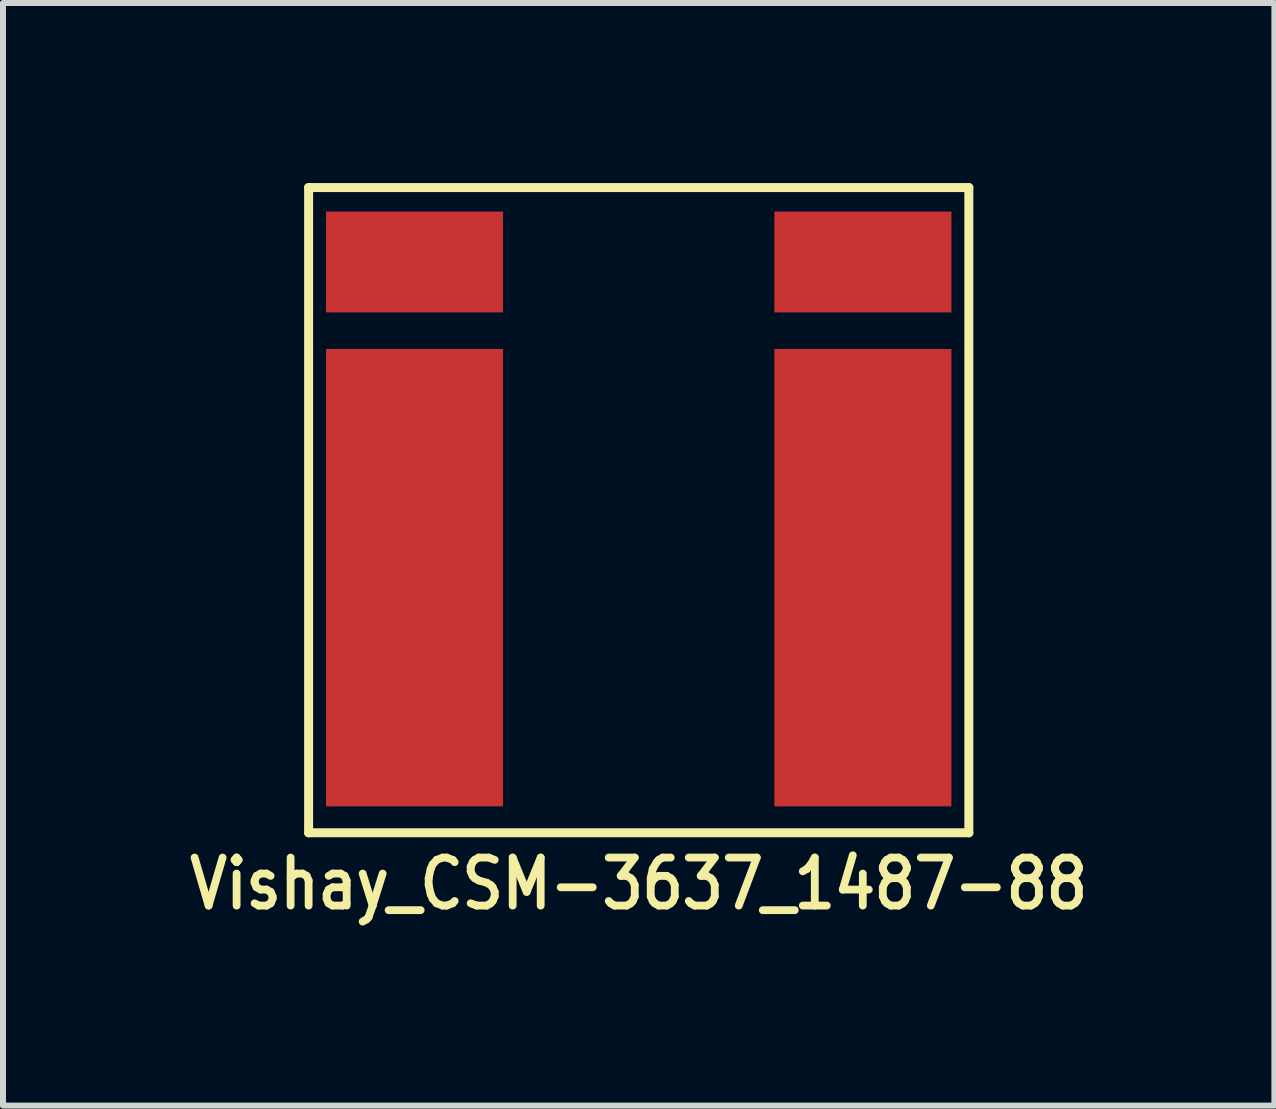
<source format=kicad_pcb>
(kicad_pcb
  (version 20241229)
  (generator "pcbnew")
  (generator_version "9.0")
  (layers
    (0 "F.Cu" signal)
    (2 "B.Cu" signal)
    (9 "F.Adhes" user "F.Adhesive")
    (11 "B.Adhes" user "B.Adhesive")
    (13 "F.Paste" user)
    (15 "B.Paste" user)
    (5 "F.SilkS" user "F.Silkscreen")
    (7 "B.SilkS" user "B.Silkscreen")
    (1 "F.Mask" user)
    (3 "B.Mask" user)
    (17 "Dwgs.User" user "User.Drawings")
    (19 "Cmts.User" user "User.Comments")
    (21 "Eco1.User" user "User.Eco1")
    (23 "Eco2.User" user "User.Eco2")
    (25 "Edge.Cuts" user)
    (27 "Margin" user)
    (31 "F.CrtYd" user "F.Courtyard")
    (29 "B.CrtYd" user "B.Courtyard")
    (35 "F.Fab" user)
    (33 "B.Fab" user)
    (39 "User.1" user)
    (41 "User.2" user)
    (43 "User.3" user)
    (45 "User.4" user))
  (footprint "Vishay_CSM-3637_1487-88"
    (layer "F.Cu")
    (at 7.592 6.575)
    (property "Reference" "Vishay_CSM-3637_1487-88" (at 0 5.1 0) (layer "F.SilkS") (effects (font (size 0.8 0.7) (thickness 0.13))))
    (attr through_hole)
    (fp_line (start -5.5 -6.5) (end 5.5 -6.5) (stroke (width 0.15) (type solid)) (layer "F.SilkS"))
    (fp_line (start -5.5 4.25) (end -5.5 -6.5) (stroke (width 0.15) (type solid)) (layer "F.SilkS"))
    (fp_line (start -5.5 4.25) (end 5.5 4.25) (stroke (width 0.15) (type solid)) (layer "F.SilkS"))
    (fp_line (start 5.5 -6.5) (end 5.5 4.25) (stroke (width 0.15) (type solid)) (layer "F.SilkS"))
    (pad "1" smd rect (at -3.735 0) (size 2.95 7.62) (layers "F.Cu" "F.Mask" "F.Paste"))
    (pad "2" smd rect (at -3.735 -5.26) (size 2.95 1.68) (layers "F.Cu" "F.Mask" "F.Paste"))
    (pad "3" smd rect (at 3.735 -5.26) (size 2.95 1.68) (layers "F.Cu" "F.Mask" "F.Paste"))
    (pad "4" smd rect (at 3.735 0) (size 2.95 7.62) (layers "F.Cu" "F.Mask" "F.Paste")))
  (gr_rect
    (start -3 -3)
    (end 18.183 15.371)
    (stroke (width 0.1) (type default))
    (fill no)
    (layer "Edge.Cuts")))
</source>
